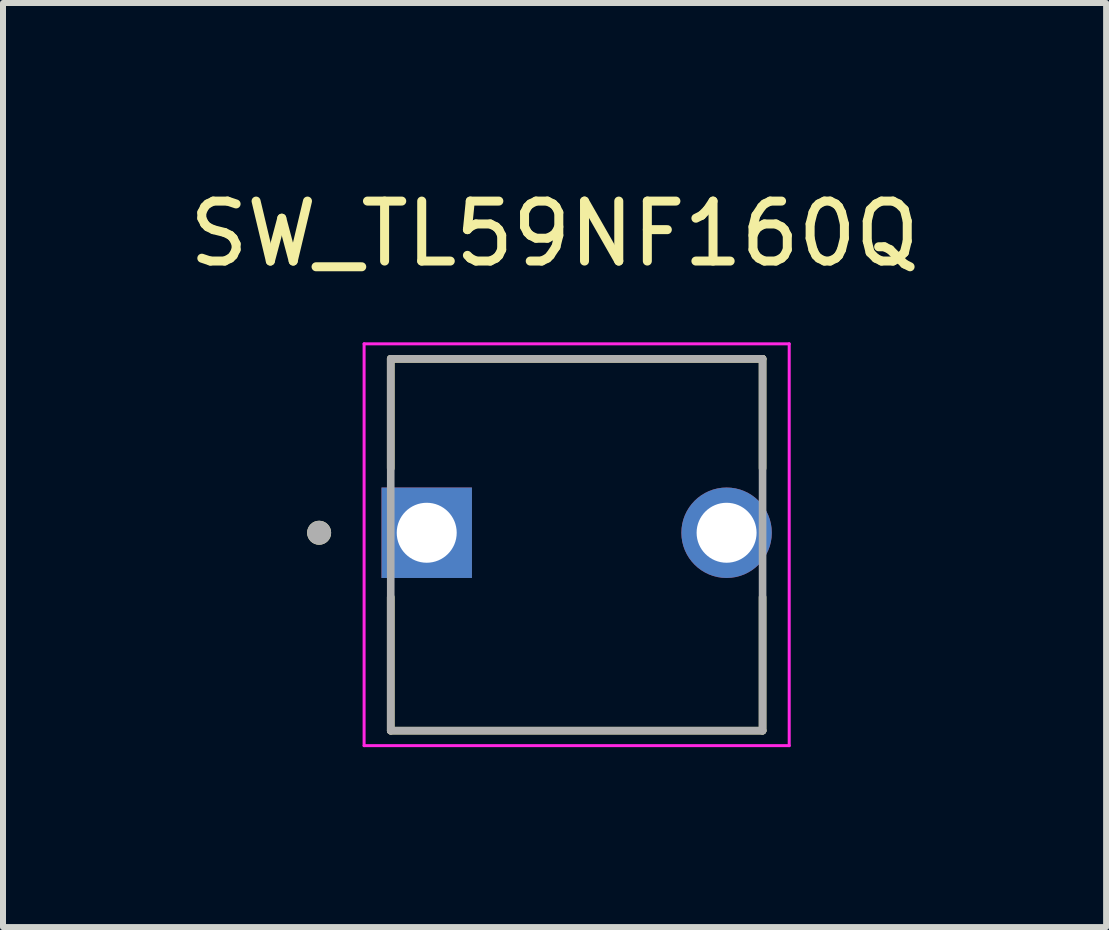
<source format=kicad_pcb>
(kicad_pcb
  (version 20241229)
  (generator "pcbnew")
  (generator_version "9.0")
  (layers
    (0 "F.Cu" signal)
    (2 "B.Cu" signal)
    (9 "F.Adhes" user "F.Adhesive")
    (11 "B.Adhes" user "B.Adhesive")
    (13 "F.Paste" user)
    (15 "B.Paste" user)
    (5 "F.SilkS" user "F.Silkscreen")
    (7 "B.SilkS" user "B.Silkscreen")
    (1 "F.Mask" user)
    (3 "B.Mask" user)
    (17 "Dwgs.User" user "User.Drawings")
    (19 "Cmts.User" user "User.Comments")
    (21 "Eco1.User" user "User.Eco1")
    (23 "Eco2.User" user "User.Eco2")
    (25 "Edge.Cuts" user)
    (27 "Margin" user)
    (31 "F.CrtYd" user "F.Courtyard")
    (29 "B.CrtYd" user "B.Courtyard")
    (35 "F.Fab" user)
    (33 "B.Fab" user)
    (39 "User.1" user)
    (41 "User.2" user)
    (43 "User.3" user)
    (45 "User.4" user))
  (footprint "SW_TL59NF160Q"
    (layer "F.Cu")
    (at 6.565 5.833)
    (property "Reference" "SW_TL59NF160Q" (at -0.369 -4.985 0) (layer "F.SilkS") (effects (font (size 1 1) (thickness 0.15))))
    (attr through_hole)
    (fp_line (start -3.1 -2.9) (end 3.1 -2.9) (stroke (width 0.127) (type solid)) (layer "F.SilkS"))
    (fp_line (start -3.1 -1.074) (end -3.1 -2.9) (stroke (width 0.127) (type solid)) (layer "F.SilkS"))
    (fp_line (start -3.1 3.3) (end -3.1 1.074) (stroke (width 0.127) (type solid)) (layer "F.SilkS"))
    (fp_line (start 3.1 -2.9) (end 3.1 -1.074) (stroke (width 0.127) (type solid)) (layer "F.SilkS"))
    (fp_line (start 3.1 3.3) (end -3.1 3.3) (stroke (width 0.127) (type solid)) (layer "F.SilkS"))
    (fp_line (start 3.1 3.3) (end 3.1 1.074) (stroke (width 0.127) (type solid)) (layer "F.SilkS"))
    (fp_circle (center -4.294 0) (end -4.194 0) (stroke (width 0.2) (type solid)) (fill no) (layer "F.SilkS"))
    (fp_line (start -3.544 -3.15) (end -3.544 3.55) (stroke (width 0.05) (type solid)) (layer "F.CrtYd"))
    (fp_line (start -3.544 3.55) (end 3.544 3.55) (stroke (width 0.05) (type solid)) (layer "F.CrtYd"))
    (fp_line (start 3.544 -3.15) (end -3.544 -3.15) (stroke (width 0.05) (type solid)) (layer "F.CrtYd"))
    (fp_line (start 3.544 3.55) (end 3.544 -3.15) (stroke (width 0.05) (type solid)) (layer "F.CrtYd"))
    (fp_line (start -3.1 -2.9) (end 3.1 -2.9) (stroke (width 0.127) (type solid)) (layer "F.Fab"))
    (fp_line (start -3.1 3.3) (end -3.1 -2.9) (stroke (width 0.127) (type solid)) (layer "F.Fab"))
    (fp_line (start 3.1 -2.9) (end 3.1 3.3) (stroke (width 0.127) (type solid)) (layer "F.Fab"))
    (fp_line (start 3.1 3.3) (end -3.1 3.3) (stroke (width 0.127) (type solid)) (layer "F.Fab"))
    (fp_circle (center -4.294 0) (end -4.194 0) (stroke (width 0.2) (type solid)) (fill no) (layer "F.Fab"))
    (pad "1" thru_hole rect (at -2.5 0) (size 1.508 1.508) (drill 1) (layers "*.Cu" "*.Mask"))
    (pad "2" thru_hole circle (at 2.5 0) (size 1.508 1.508) (drill 1) (layers "*.Cu" "*.Mask")))
  (gr_rect
    (start -3 -3)
    (end 15.393 12.408)
    (stroke (width 0.1) (type default))
    (fill no)
    (layer "Edge.Cuts")))
</source>
